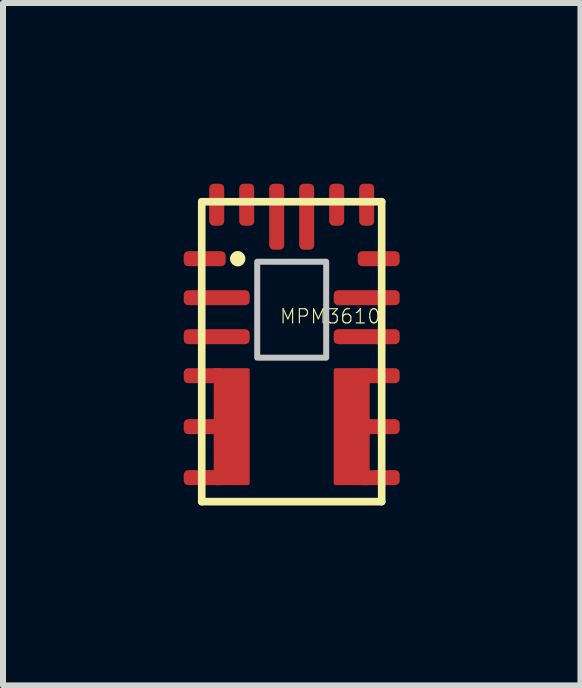
<source format=kicad_pcb>
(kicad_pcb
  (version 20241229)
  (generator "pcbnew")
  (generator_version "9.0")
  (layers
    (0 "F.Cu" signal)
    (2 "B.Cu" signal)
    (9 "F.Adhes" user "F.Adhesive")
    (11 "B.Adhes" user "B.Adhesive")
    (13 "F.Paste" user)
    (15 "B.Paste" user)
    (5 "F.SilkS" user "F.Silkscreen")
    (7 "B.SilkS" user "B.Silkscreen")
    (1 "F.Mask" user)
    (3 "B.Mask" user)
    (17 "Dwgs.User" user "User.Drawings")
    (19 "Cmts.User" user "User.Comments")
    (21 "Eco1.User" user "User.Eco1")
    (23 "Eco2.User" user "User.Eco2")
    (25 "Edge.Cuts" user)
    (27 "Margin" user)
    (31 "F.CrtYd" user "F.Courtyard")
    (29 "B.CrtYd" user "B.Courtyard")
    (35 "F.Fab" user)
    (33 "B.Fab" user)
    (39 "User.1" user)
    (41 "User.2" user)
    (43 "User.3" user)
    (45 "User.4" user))
  (footprint "MPM3610"
    (layer "F.Cu")
    (at 1.813 2.813)
    (property "Reference" "MPM3610" (at -0.212 -0.45 0) (layer "F.SilkS") (effects (font (size 0.237 0.237) (thickness 0.019)) (justify left bottom)))
    (attr through_hole)
    (fp_line (start -1.75 -1.65) (end -1.15 -1.65) (stroke (width 0.127) (type solid)) (layer "F.Mask"))
    (fp_line (start -1.75 -1.55) (end -1.75 -1.65) (stroke (width 0.127) (type solid)) (layer "F.Mask"))
    (fp_line (start -1.75 -1.55) (end -1.15 -1.55) (stroke (width 0.127) (type solid)) (layer "F.Mask"))
    (fp_line (start -1.75 -1.45) (end -1.75 -1.55) (stroke (width 0.127) (type solid)) (layer "F.Mask"))
    (fp_line (start -1.75 -1) (end -0.75 -1) (stroke (width 0.127) (type solid)) (layer "F.Mask"))
    (fp_line (start -1.75 -0.9) (end -1.75 -1) (stroke (width 0.127) (type solid)) (layer "F.Mask"))
    (fp_line (start -1.75 -0.9) (end -0.75 -0.9) (stroke (width 0.127) (type solid)) (layer "F.Mask"))
    (fp_line (start -1.75 -0.8) (end -1.75 -0.9) (stroke (width 0.127) (type solid)) (layer "F.Mask"))
    (fp_line (start -1.75 -0.35) (end -0.75 -0.35) (stroke (width 0.127) (type solid)) (layer "F.Mask"))
    (fp_line (start -1.75 -0.25) (end -1.75 -0.35) (stroke (width 0.127) (type solid)) (layer "F.Mask"))
    (fp_line (start -1.75 -0.25) (end -0.75 -0.25) (stroke (width 0.127) (type solid)) (layer "F.Mask"))
    (fp_line (start -1.75 -0.15) (end -1.75 -0.25) (stroke (width 0.127) (type solid)) (layer "F.Mask"))
    (fp_line (start -1.75 0.3) (end -1 0.3) (stroke (width 0.127) (type solid)) (layer "F.Mask"))
    (fp_line (start -1.75 0.4) (end -1.75 0.3) (stroke (width 0.127) (type solid)) (layer "F.Mask"))
    (fp_line (start -1.75 0.4) (end -1 0.4) (stroke (width 0.127) (type solid)) (layer "F.Mask"))
    (fp_line (start -1.75 0.5) (end -1.75 0.4) (stroke (width 0.127) (type solid)) (layer "F.Mask"))
    (fp_line (start -1.75 1.15) (end -1 1.15) (stroke (width 0.127) (type solid)) (layer "F.Mask"))
    (fp_line (start -1.75 1.25) (end -1.75 1.15) (stroke (width 0.127) (type solid)) (layer "F.Mask"))
    (fp_line (start -1.75 1.25) (end -1 1.25) (stroke (width 0.127) (type solid)) (layer "F.Mask"))
    (fp_line (start -1.75 1.35) (end -1.75 1.25) (stroke (width 0.127) (type solid)) (layer "F.Mask"))
    (fp_line (start -1.75 2) (end -1 2) (stroke (width 0.127) (type solid)) (layer "F.Mask"))
    (fp_line (start -1.75 2.1) (end -1.75 2) (stroke (width 0.127) (type solid)) (layer "F.Mask"))
    (fp_line (start -1.75 2.1) (end -1 2.1) (stroke (width 0.127) (type solid)) (layer "F.Mask"))
    (fp_line (start -1.75 2.2) (end -1.75 2.1) (stroke (width 0.127) (type solid)) (layer "F.Mask"))
    (fp_line (start -1.35 -2.75) (end -1.25 -2.75) (stroke (width 0.127) (type solid)) (layer "F.Mask"))
    (fp_line (start -1.35 -2.15) (end -1.35 -2.75) (stroke (width 0.127) (type solid)) (layer "F.Mask"))
    (fp_line (start -1.25 -2.75) (end -1.25 -2.15) (stroke (width 0.127) (type solid)) (layer "F.Mask"))
    (fp_line (start -1.25 -2.75) (end -1.15 -2.75) (stroke (width 0.127) (type solid)) (layer "F.Mask"))
    (fp_line (start -1.25 -2.15) (end -1.35 -2.15) (stroke (width 0.127) (type solid)) (layer "F.Mask"))
    (fp_line (start -1.15 -2.75) (end -1.15 -2.15) (stroke (width 0.127) (type solid)) (layer "F.Mask"))
    (fp_line (start -1.15 -2.15) (end -1.25 -2.15) (stroke (width 0.127) (type solid)) (layer "F.Mask"))
    (fp_line (start -1.15 -1.65) (end -1.15 -1.55) (stroke (width 0.127) (type solid)) (layer "F.Mask"))
    (fp_line (start -1.15 -1.55) (end -1.15 -1.45) (stroke (width 0.127) (type solid)) (layer "F.Mask"))
    (fp_line (start -1.15 -1.45) (end -1.75 -1.45) (stroke (width 0.127) (type solid)) (layer "F.Mask"))
    (fp_line (start -1 0.3) (end -1 0.4) (stroke (width 0.127) (type solid)) (layer "F.Mask"))
    (fp_line (start -1 0.4) (end -1 0.5) (stroke (width 0.127) (type solid)) (layer "F.Mask"))
    (fp_line (start -1 0.5) (end -1.75 0.5) (stroke (width 0.127) (type solid)) (layer "F.Mask"))
    (fp_line (start -1 1.15) (end -1 1.25) (stroke (width 0.127) (type solid)) (layer "F.Mask"))
    (fp_line (start -1 1.25) (end -1 1.35) (stroke (width 0.127) (type solid)) (layer "F.Mask"))
    (fp_line (start -1 1.35) (end -1.75 1.35) (stroke (width 0.127) (type solid)) (layer "F.Mask"))
    (fp_line (start -1 2) (end -1 2.1) (stroke (width 0.127) (type solid)) (layer "F.Mask"))
    (fp_line (start -1 2.1) (end -1 2.2) (stroke (width 0.127) (type solid)) (layer "F.Mask"))
    (fp_line (start -1 2.2) (end -1.75 2.2) (stroke (width 0.127) (type solid)) (layer "F.Mask"))
    (fp_line (start -0.85 -2.75) (end -0.75 -2.75) (stroke (width 0.127) (type solid)) (layer "F.Mask"))
    (fp_line (start -0.85 -2.15) (end -0.85 -2.75) (stroke (width 0.127) (type solid)) (layer "F.Mask"))
    (fp_line (start -0.75 -2.75) (end -0.75 -2.15) (stroke (width 0.127) (type solid)) (layer "F.Mask"))
    (fp_line (start -0.75 -2.75) (end -0.65 -2.75) (stroke (width 0.127) (type solid)) (layer "F.Mask"))
    (fp_line (start -0.75 -2.15) (end -0.85 -2.15) (stroke (width 0.127) (type solid)) (layer "F.Mask"))
    (fp_line (start -0.75 -1) (end -0.75 -0.9) (stroke (width 0.127) (type solid)) (layer "F.Mask"))
    (fp_line (start -0.75 -0.9) (end -0.75 -0.8) (stroke (width 0.127) (type solid)) (layer "F.Mask"))
    (fp_line (start -0.75 -0.8) (end -1.75 -0.8) (stroke (width 0.127) (type solid)) (layer "F.Mask"))
    (fp_line (start -0.75 -0.35) (end -0.75 -0.25) (stroke (width 0.127) (type solid)) (layer "F.Mask"))
    (fp_line (start -0.75 -0.25) (end -0.75 -0.15) (stroke (width 0.127) (type solid)) (layer "F.Mask"))
    (fp_line (start -0.75 -0.15) (end -1.75 -0.15) (stroke (width 0.127) (type solid)) (layer "F.Mask"))
    (fp_line (start -0.65 -2.75) (end -0.65 -2.15) (stroke (width 0.127) (type solid)) (layer "F.Mask"))
    (fp_line (start -0.65 -2.15) (end -0.75 -2.15) (stroke (width 0.127) (type solid)) (layer "F.Mask"))
    (fp_line (start -0.35 -2.75) (end -0.25 -2.75) (stroke (width 0.127) (type solid)) (layer "F.Mask"))
    (fp_line (start -0.35 -1.75) (end -0.35 -2.75) (stroke (width 0.127) (type solid)) (layer "F.Mask"))
    (fp_line (start -0.25 -2.75) (end -0.25 -1.75) (stroke (width 0.127) (type solid)) (layer "F.Mask"))
    (fp_line (start -0.25 -2.75) (end -0.15 -2.75) (stroke (width 0.127) (type solid)) (layer "F.Mask"))
    (fp_line (start -0.25 -1.75) (end -0.35 -1.75) (stroke (width 0.127) (type solid)) (layer "F.Mask"))
    (fp_line (start -0.15 -2.75) (end -0.15 -1.75) (stroke (width 0.127) (type solid)) (layer "F.Mask"))
    (fp_line (start -0.15 -1.75) (end -0.25 -1.75) (stroke (width 0.127) (type solid)) (layer "F.Mask"))
    (fp_line (start 0.15 -2.75) (end 0.25 -2.75) (stroke (width 0.127) (type solid)) (layer "F.Mask"))
    (fp_line (start 0.15 -1.75) (end 0.15 -2.75) (stroke (width 0.127) (type solid)) (layer "F.Mask"))
    (fp_line (start 0.25 -2.75) (end 0.25 -1.75) (stroke (width 0.127) (type solid)) (layer "F.Mask"))
    (fp_line (start 0.25 -2.75) (end 0.35 -2.75) (stroke (width 0.127) (type solid)) (layer "F.Mask"))
    (fp_line (start 0.25 -1.75) (end 0.15 -1.75) (stroke (width 0.127) (type solid)) (layer "F.Mask"))
    (fp_line (start 0.35 -2.75) (end 0.35 -1.75) (stroke (width 0.127) (type solid)) (layer "F.Mask"))
    (fp_line (start 0.35 -1.75) (end 0.25 -1.75) (stroke (width 0.127) (type solid)) (layer "F.Mask"))
    (fp_line (start 0.65 -2.75) (end 0.75 -2.75) (stroke (width 0.127) (type solid)) (layer "F.Mask"))
    (fp_line (start 0.65 -2.15) (end 0.65 -2.75) (stroke (width 0.127) (type solid)) (layer "F.Mask"))
    (fp_line (start 0.75 -2.75) (end 0.75 -2.15) (stroke (width 0.127) (type solid)) (layer "F.Mask"))
    (fp_line (start 0.75 -2.75) (end 0.85 -2.75) (stroke (width 0.127) (type solid)) (layer "F.Mask"))
    (fp_line (start 0.75 -2.15) (end 0.65 -2.15) (stroke (width 0.127) (type solid)) (layer "F.Mask"))
    (fp_line (start 0.75 -1) (end 1.75 -1) (stroke (width 0.127) (type solid)) (layer "F.Mask"))
    (fp_line (start 0.75 -0.9) (end 0.75 -1) (stroke (width 0.127) (type solid)) (layer "F.Mask"))
    (fp_line (start 0.75 -0.9) (end 1.75 -0.9) (stroke (width 0.127) (type solid)) (layer "F.Mask"))
    (fp_line (start 0.75 -0.8) (end 0.75 -0.9) (stroke (width 0.127) (type solid)) (layer "F.Mask"))
    (fp_line (start 0.75 -0.35) (end 1.75 -0.35) (stroke (width 0.127) (type solid)) (layer "F.Mask"))
    (fp_line (start 0.75 -0.25) (end 0.75 -0.35) (stroke (width 0.127) (type solid)) (layer "F.Mask"))
    (fp_line (start 0.75 -0.25) (end 1.75 -0.25) (stroke (width 0.127) (type solid)) (layer "F.Mask"))
    (fp_line (start 0.75 -0.15) (end 0.75 -0.25) (stroke (width 0.127) (type solid)) (layer "F.Mask"))
    (fp_line (start 0.85 -2.75) (end 0.85 -2.15) (stroke (width 0.127) (type solid)) (layer "F.Mask"))
    (fp_line (start 0.85 -2.15) (end 0.75 -2.15) (stroke (width 0.127) (type solid)) (layer "F.Mask"))
    (fp_line (start 1 0.3) (end 1 0.4) (stroke (width 0.127) (type solid)) (layer "F.Mask"))
    (fp_line (start 1 0.4) (end 1 0.5) (stroke (width 0.127) (type solid)) (layer "F.Mask"))
    (fp_line (start 1 0.4) (end 1.75 0.4) (stroke (width 0.127) (type solid)) (layer "F.Mask"))
    (fp_line (start 1 0.5) (end 1.75 0.5) (stroke (width 0.127) (type solid)) (layer "F.Mask"))
    (fp_line (start 1 1.15) (end 1 1.25) (stroke (width 0.127) (type solid)) (layer "F.Mask"))
    (fp_line (start 1 1.25) (end 1 1.35) (stroke (width 0.127) (type solid)) (layer "F.Mask"))
    (fp_line (start 1 1.25) (end 1.75 1.25) (stroke (width 0.127) (type solid)) (layer "F.Mask"))
    (fp_line (start 1 1.35) (end 1.75 1.35) (stroke (width 0.127) (type solid)) (layer "F.Mask"))
    (fp_line (start 1 2) (end 1 2.1) (stroke (width 0.127) (type solid)) (layer "F.Mask"))
    (fp_line (start 1 2.1) (end 1 2.2) (stroke (width 0.127) (type solid)) (layer "F.Mask"))
    (fp_line (start 1 2.1) (end 1.75 2.1) (stroke (width 0.127) (type solid)) (layer "F.Mask"))
    (fp_line (start 1 2.2) (end 1.75 2.2) (stroke (width 0.127) (type solid)) (layer "F.Mask"))
    (fp_line (start 1.15 -2.75) (end 1.25 -2.75) (stroke (width 0.127) (type solid)) (layer "F.Mask"))
    (fp_line (start 1.15 -2.15) (end 1.15 -2.75) (stroke (width 0.127) (type solid)) (layer "F.Mask"))
    (fp_line (start 1.15 -1.65) (end 1.75 -1.65) (stroke (width 0.127) (type solid)) (layer "F.Mask"))
    (fp_line (start 1.15 -1.55) (end 1.15 -1.65) (stroke (width 0.127) (type solid)) (layer "F.Mask"))
    (fp_line (start 1.15 -1.55) (end 1.75 -1.55) (stroke (width 0.127) (type solid)) (layer "F.Mask"))
    (fp_line (start 1.15 -1.45) (end 1.15 -1.55) (stroke (width 0.127) (type solid)) (layer "F.Mask"))
    (fp_line (start 1.25 -2.75) (end 1.25 -2.15) (stroke (width 0.127) (type solid)) (layer "F.Mask"))
    (fp_line (start 1.25 -2.75) (end 1.35 -2.75) (stroke (width 0.127) (type solid)) (layer "F.Mask"))
    (fp_line (start 1.25 -2.15) (end 1.15 -2.15) (stroke (width 0.127) (type solid)) (layer "F.Mask"))
    (fp_line (start 1.35 -2.75) (end 1.35 -2.15) (stroke (width 0.127) (type solid)) (layer "F.Mask"))
    (fp_line (start 1.35 -2.15) (end 1.25 -2.15) (stroke (width 0.127) (type solid)) (layer "F.Mask"))
    (fp_line (start 1.75 -1.65) (end 1.75 -1.55) (stroke (width 0.127) (type solid)) (layer "F.Mask"))
    (fp_line (start 1.75 -1.55) (end 1.75 -1.45) (stroke (width 0.127) (type solid)) (layer "F.Mask"))
    (fp_line (start 1.75 -1.45) (end 1.15 -1.45) (stroke (width 0.127) (type solid)) (layer "F.Mask"))
    (fp_line (start 1.75 -1) (end 1.75 -0.9) (stroke (width 0.127) (type solid)) (layer "F.Mask"))
    (fp_line (start 1.75 -0.9) (end 1.75 -0.8) (stroke (width 0.127) (type solid)) (layer "F.Mask"))
    (fp_line (start 1.75 -0.8) (end 0.75 -0.8) (stroke (width 0.127) (type solid)) (layer "F.Mask"))
    (fp_line (start 1.75 -0.35) (end 1.75 -0.25) (stroke (width 0.127) (type solid)) (layer "F.Mask"))
    (fp_line (start 1.75 -0.25) (end 1.75 -0.15) (stroke (width 0.127) (type solid)) (layer "F.Mask"))
    (fp_line (start 1.75 -0.15) (end 0.75 -0.15) (stroke (width 0.127) (type solid)) (layer "F.Mask"))
    (fp_line (start 1.75 0.3) (end 1 0.3) (stroke (width 0.127) (type solid)) (layer "F.Mask"))
    (fp_line (start 1.75 0.4) (end 1.75 0.3) (stroke (width 0.127) (type solid)) (layer "F.Mask"))
    (fp_line (start 1.75 0.5) (end 1.75 0.4) (stroke (width 0.127) (type solid)) (layer "F.Mask"))
    (fp_line (start 1.75 1.15) (end 1 1.15) (stroke (width 0.127) (type solid)) (layer "F.Mask"))
    (fp_line (start 1.75 1.25) (end 1.75 1.15) (stroke (width 0.127) (type solid)) (layer "F.Mask"))
    (fp_line (start 1.75 1.35) (end 1.75 1.25) (stroke (width 0.127) (type solid)) (layer "F.Mask"))
    (fp_line (start 1.75 2) (end 1 2) (stroke (width 0.127) (type solid)) (layer "F.Mask"))
    (fp_line (start 1.75 2.1) (end 1.75 2) (stroke (width 0.127) (type solid)) (layer "F.Mask"))
    (fp_line (start 1.75 2.2) (end 1.75 2.1) (stroke (width 0.127) (type solid)) (layer "F.Mask"))
    (fp_line (start -1.5 -2.5) (end -1.5 2.5) (stroke (width 0.127) (type solid)) (layer "F.SilkS"))
    (fp_line (start -1.5 2.5) (end 1.5 2.5) (stroke (width 0.127) (type solid)) (layer "F.SilkS"))
    (fp_line (start 1.5 -2.5) (end -1.5 -2.5) (stroke (width 0.127) (type solid)) (layer "F.SilkS"))
    (fp_line (start 1.5 2.5) (end 1.5 -2.5) (stroke (width 0.127) (type solid)) (layer "F.SilkS"))
    (fp_circle (center -0.9 -1.55) (end -0.835 -1.55) (stroke (width 0.127) (type solid)) (fill no) (layer "F.SilkS"))
    (fp_poly (pts (xy -0.575 0.1) (xy 0.575 0.1) (xy 0.575 -1.5) (xy -0.575 -1.5)) (stroke (width 0.1) (type solid)) (fill no) (layer "Dwgs.User"))
    (pad "1" smd roundrect (at -1.45 -1.55 90) (size 0.25 0.7) (layers "F.Cu" "F.Mask" "F.Paste") (roundrect_rratio 0.3))
    (pad "2" smd roundrect (at -1.25 -0.9 90) (size 0.25 1.1) (layers "F.Cu" "F.Mask" "F.Paste") (roundrect_rratio 0.3))
    (pad "3" smd roundrect (at -1.25 -0.25 90) (size 0.25 1.1) (layers "F.Cu" "F.Mask" "F.Paste") (roundrect_rratio 0.3))
    (pad "4" smd roundrect (at -1.45 0.4 270) (size 0.25 0.7) (layers "F.Cu" "F.Mask" "F.Paste") (roundrect_rratio 0.3))
    (pad "5" smd roundrect (at -1.45 1.25 270) (size 0.25 0.7) (layers "F.Cu" "F.Mask" "F.Paste") (roundrect_rratio 0.3))
    (pad "6" smd roundrect (at -1.45 2.1 270) (size 0.25 0.7) (layers "F.Cu" "F.Mask" "F.Paste") (roundrect_rratio 0.3))
    (pad "7" smd roundrect (at 1.45 2.1 270) (size 0.25 0.7) (layers "F.Cu" "F.Mask" "F.Paste") (roundrect_rratio 0.3))
    (pad "8" smd roundrect (at 1.45 1.25 270) (size 0.25 0.7) (layers "F.Cu" "F.Mask" "F.Paste") (roundrect_rratio 0.3))
    (pad "9" smd roundrect (at 1.45 0.4 270) (size 0.25 0.7) (layers "F.Cu" "F.Mask" "F.Paste") (roundrect_rratio 0.3))
    (pad "10" smd roundrect (at 1.25 -0.25 90) (size 0.25 1.1) (layers "F.Cu" "F.Mask" "F.Paste") (roundrect_rratio 0.3))
    (pad "11" smd roundrect (at 1.25 -0.9 90) (size 0.25 1.1) (layers "F.Cu" "F.Mask" "F.Paste") (roundrect_rratio 0.3))
    (pad "12" smd roundrect (at 1.45 -1.55 90) (size 0.25 0.7) (layers "F.Cu" "F.Mask" "F.Paste") (roundrect_rratio 0.3))
    (pad "13" smd roundrect (at 1.25 -2.45) (size 0.25 0.7) (layers "F.Cu" "F.Mask" "F.Paste") (roundrect_rratio 0.3))
    (pad "14" smd roundrect (at 0.75 -2.45) (size 0.25 0.7) (layers "F.Cu" "F.Mask" "F.Paste") (roundrect_rratio 0.3))
    (pad "15" smd roundrect (at 0.25 -2.25) (size 0.25 1.1) (layers "F.Cu" "F.Mask" "F.Paste") (roundrect_rratio 0.3))
    (pad "16" smd roundrect (at -0.25 -2.25) (size 0.25 1.1) (layers "F.Cu" "F.Mask" "F.Paste") (roundrect_rratio 0.3))
    (pad "17" smd roundrect (at -0.75 -2.45) (size 0.25 0.7) (layers "F.Cu" "F.Mask" "F.Paste") (roundrect_rratio 0.3))
    (pad "18" smd roundrect (at -1.25 -2.45) (size 0.25 0.7) (layers "F.Cu" "F.Mask" "F.Paste") (roundrect_rratio 0.3))
    (pad "19" smd roundrect (at -1 1.25 90) (size 1.95 0.6) (layers "F.Cu" "F.Mask" "F.Paste") (roundrect_rratio 0.05))
    (pad "20" smd roundrect (at 1 1.25 90) (size 1.95 0.6) (layers "F.Cu" "F.Mask" "F.Paste") (roundrect_rratio 0.05)))
  (gr_rect
    (start -3 -3)
    (end 6.627 8.377)
    (stroke (width 0.1) (type default))
    (fill no)
    (layer "Edge.Cuts")))
</source>
